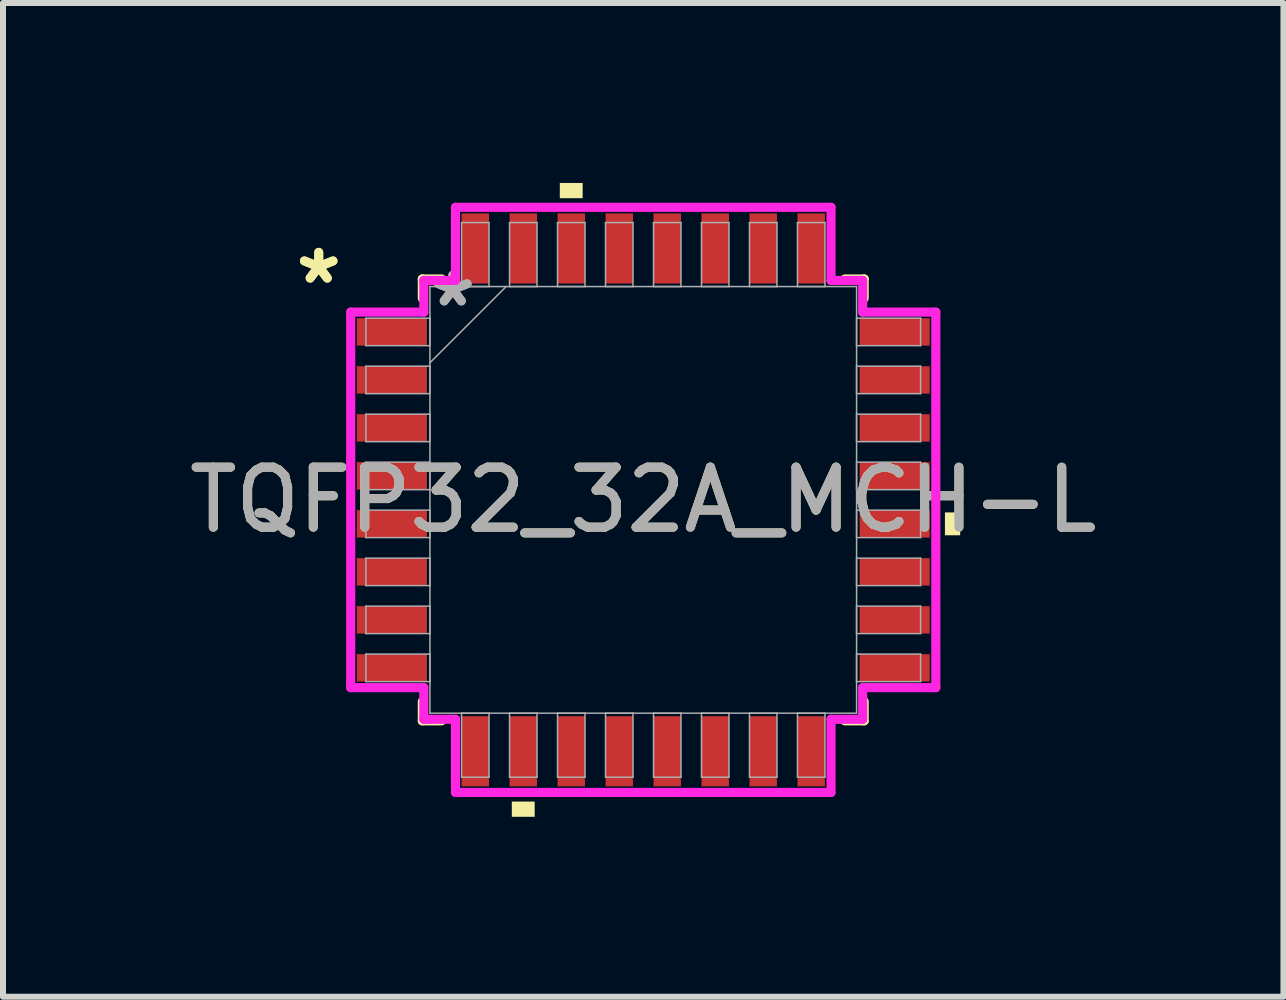
<source format=kicad_pcb>
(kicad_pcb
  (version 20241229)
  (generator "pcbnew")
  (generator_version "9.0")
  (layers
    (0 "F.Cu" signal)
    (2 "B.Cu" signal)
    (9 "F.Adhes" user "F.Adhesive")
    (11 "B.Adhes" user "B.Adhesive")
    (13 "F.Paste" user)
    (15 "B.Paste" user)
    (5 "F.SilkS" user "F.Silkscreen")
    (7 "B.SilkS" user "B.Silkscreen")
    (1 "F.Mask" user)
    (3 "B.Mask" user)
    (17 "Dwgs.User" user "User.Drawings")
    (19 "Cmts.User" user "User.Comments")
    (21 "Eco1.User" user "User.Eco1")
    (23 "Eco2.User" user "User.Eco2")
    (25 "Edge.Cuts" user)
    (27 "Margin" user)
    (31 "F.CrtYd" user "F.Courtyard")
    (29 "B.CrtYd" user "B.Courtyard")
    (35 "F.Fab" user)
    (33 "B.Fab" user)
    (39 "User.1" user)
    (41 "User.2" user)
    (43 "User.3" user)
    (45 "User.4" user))
  (footprint "TQFP32_32A_MCH-L"
    (layer "F.Cu")
    (at 7.673 5.283)
    (property "Reference" "TQFP32_32A_MCH-L" (at 0 0 0) (unlocked yes) (layer "F.SilkS") (effects (font (size 1 1) (thickness 0.15))))
    (attr smd)
    (fp_line (start -3.683 -3.683) (end -3.683 -3.361) (stroke (width 0.152) (type solid)) (layer "F.SilkS"))
    (fp_line (start -3.683 3.361) (end -3.683 3.683) (stroke (width 0.152) (type solid)) (layer "F.SilkS"))
    (fp_line (start -3.683 3.683) (end -3.361 3.683) (stroke (width 0.152) (type solid)) (layer "F.SilkS"))
    (fp_line (start -3.361 -3.683) (end -3.683 -3.683) (stroke (width 0.152) (type solid)) (layer "F.SilkS"))
    (fp_line (start 3.361 3.683) (end 3.683 3.683) (stroke (width 0.152) (type solid)) (layer "F.SilkS"))
    (fp_line (start 3.683 -3.683) (end 3.361 -3.683) (stroke (width 0.152) (type solid)) (layer "F.SilkS"))
    (fp_line (start 3.683 -3.361) (end 3.683 -3.683) (stroke (width 0.152) (type solid)) (layer "F.SilkS"))
    (fp_line (start 3.683 3.683) (end 3.683 3.361) (stroke (width 0.152) (type solid)) (layer "F.SilkS"))
    (fp_poly (pts (xy -2.191 5.029) (xy -2.191 5.283) (xy -1.81 5.283) (xy -1.81 5.029)) (stroke (width 0) (type solid)) (fill yes) (layer "F.SilkS"))
    (fp_poly (pts (xy -1.391 -5.029) (xy -1.391 -5.283) (xy -1.01 -5.283) (xy -1.01 -5.029)) (stroke (width 0) (type solid)) (fill yes) (layer "F.SilkS"))
    (fp_poly (pts (xy 5.283 0.209) (xy 5.283 0.59) (xy 5.029 0.59) (xy 5.029 0.209)) (stroke (width 0) (type solid)) (fill yes) (layer "F.SilkS"))
    (fp_line (start -4.877 -3.13) (end -3.658 -3.13) (stroke (width 0.152) (type solid)) (layer "F.CrtYd"))
    (fp_line (start -4.877 3.13) (end -4.877 -3.13) (stroke (width 0.152) (type solid)) (layer "F.CrtYd"))
    (fp_line (start -3.658 -3.658) (end -3.13 -3.658) (stroke (width 0.152) (type solid)) (layer "F.CrtYd"))
    (fp_line (start -3.658 -3.13) (end -3.658 -3.658) (stroke (width 0.152) (type solid)) (layer "F.CrtYd"))
    (fp_line (start -3.658 3.13) (end -4.877 3.13) (stroke (width 0.152) (type solid)) (layer "F.CrtYd"))
    (fp_line (start -3.658 3.658) (end -3.658 3.13) (stroke (width 0.152) (type solid)) (layer "F.CrtYd"))
    (fp_line (start -3.658 3.658) (end -3.13 3.658) (stroke (width 0.152) (type solid)) (layer "F.CrtYd"))
    (fp_line (start -3.13 -4.877) (end 3.13 -4.877) (stroke (width 0.152) (type solid)) (layer "F.CrtYd"))
    (fp_line (start -3.13 -3.658) (end -3.13 -4.877) (stroke (width 0.152) (type solid)) (layer "F.CrtYd"))
    (fp_line (start -3.13 3.658) (end -3.13 4.877) (stroke (width 0.152) (type solid)) (layer "F.CrtYd"))
    (fp_line (start -3.13 4.877) (end 3.13 4.877) (stroke (width 0.152) (type solid)) (layer "F.CrtYd"))
    (fp_line (start 3.13 -4.877) (end 3.13 -3.658) (stroke (width 0.152) (type solid)) (layer "F.CrtYd"))
    (fp_line (start 3.13 -3.658) (end 3.658 -3.658) (stroke (width 0.152) (type solid)) (layer "F.CrtYd"))
    (fp_line (start 3.13 3.658) (end 3.658 3.658) (stroke (width 0.152) (type solid)) (layer "F.CrtYd"))
    (fp_line (start 3.13 4.877) (end 3.13 3.658) (stroke (width 0.152) (type solid)) (layer "F.CrtYd"))
    (fp_line (start 3.658 -3.13) (end 3.658 -3.658) (stroke (width 0.152) (type solid)) (layer "F.CrtYd"))
    (fp_line (start 3.658 3.13) (end 4.877 3.13) (stroke (width 0.152) (type solid)) (layer "F.CrtYd"))
    (fp_line (start 3.658 3.658) (end 3.658 3.13) (stroke (width 0.152) (type solid)) (layer "F.CrtYd"))
    (fp_line (start 4.877 -3.13) (end 3.658 -3.13) (stroke (width 0.152) (type solid)) (layer "F.CrtYd"))
    (fp_line (start 4.877 3.13) (end 4.877 -3.13) (stroke (width 0.152) (type solid)) (layer "F.CrtYd"))
    (fp_line (start -4.623 -3.029) (end -4.623 -2.571) (stroke (width 0.025) (type solid)) (layer "F.Fab"))
    (fp_line (start -4.623 -2.571) (end -3.556 -2.571) (stroke (width 0.025) (type solid)) (layer "F.Fab"))
    (fp_line (start -4.623 -2.229) (end -4.623 -1.771) (stroke (width 0.025) (type solid)) (layer "F.Fab"))
    (fp_line (start -4.623 -1.771) (end -3.556 -1.771) (stroke (width 0.025) (type solid)) (layer "F.Fab"))
    (fp_line (start -4.623 -1.429) (end -4.623 -0.971) (stroke (width 0.025) (type solid)) (layer "F.Fab"))
    (fp_line (start -4.623 -0.971) (end -3.556 -0.971) (stroke (width 0.025) (type solid)) (layer "F.Fab"))
    (fp_line (start -4.623 -0.629) (end -4.623 -0.171) (stroke (width 0.025) (type solid)) (layer "F.Fab"))
    (fp_line (start -4.623 -0.171) (end -3.556 -0.171) (stroke (width 0.025) (type solid)) (layer "F.Fab"))
    (fp_line (start -4.623 0.171) (end -4.623 0.629) (stroke (width 0.025) (type solid)) (layer "F.Fab"))
    (fp_line (start -4.623 0.629) (end -3.556 0.629) (stroke (width 0.025) (type solid)) (layer "F.Fab"))
    (fp_line (start -4.623 0.971) (end -4.623 1.429) (stroke (width 0.025) (type solid)) (layer "F.Fab"))
    (fp_line (start -4.623 1.429) (end -3.556 1.429) (stroke (width 0.025) (type solid)) (layer "F.Fab"))
    (fp_line (start -4.623 1.771) (end -4.623 2.229) (stroke (width 0.025) (type solid)) (layer "F.Fab"))
    (fp_line (start -4.623 2.229) (end -3.556 2.229) (stroke (width 0.025) (type solid)) (layer "F.Fab"))
    (fp_line (start -4.623 2.571) (end -4.623 3.029) (stroke (width 0.025) (type solid)) (layer "F.Fab"))
    (fp_line (start -4.623 3.029) (end -3.556 3.029) (stroke (width 0.025) (type solid)) (layer "F.Fab"))
    (fp_line (start -3.556 -3.556) (end -3.556 3.556) (stroke (width 0.025) (type solid)) (layer "F.Fab"))
    (fp_line (start -3.556 -3.029) (end -4.623 -3.029) (stroke (width 0.025) (type solid)) (layer "F.Fab"))
    (fp_line (start -3.556 -2.571) (end -3.556 -3.029) (stroke (width 0.025) (type solid)) (layer "F.Fab"))
    (fp_line (start -3.556 -2.286) (end -2.286 -3.556) (stroke (width 0.025) (type solid)) (layer "F.Fab"))
    (fp_line (start -3.556 -2.229) (end -4.623 -2.229) (stroke (width 0.025) (type solid)) (layer "F.Fab"))
    (fp_line (start -3.556 -1.771) (end -3.556 -2.229) (stroke (width 0.025) (type solid)) (layer "F.Fab"))
    (fp_line (start -3.556 -1.429) (end -4.623 -1.429) (stroke (width 0.025) (type solid)) (layer "F.Fab"))
    (fp_line (start -3.556 -0.971) (end -3.556 -1.429) (stroke (width 0.025) (type solid)) (layer "F.Fab"))
    (fp_line (start -3.556 -0.629) (end -4.623 -0.629) (stroke (width 0.025) (type solid)) (layer "F.Fab"))
    (fp_line (start -3.556 -0.171) (end -3.556 -0.629) (stroke (width 0.025) (type solid)) (layer "F.Fab"))
    (fp_line (start -3.556 0.171) (end -4.623 0.171) (stroke (width 0.025) (type solid)) (layer "F.Fab"))
    (fp_line (start -3.556 0.629) (end -3.556 0.171) (stroke (width 0.025) (type solid)) (layer "F.Fab"))
    (fp_line (start -3.556 0.971) (end -4.623 0.971) (stroke (width 0.025) (type solid)) (layer "F.Fab"))
    (fp_line (start -3.556 1.429) (end -3.556 0.971) (stroke (width 0.025) (type solid)) (layer "F.Fab"))
    (fp_line (start -3.556 1.771) (end -4.623 1.771) (stroke (width 0.025) (type solid)) (layer "F.Fab"))
    (fp_line (start -3.556 2.229) (end -3.556 1.771) (stroke (width 0.025) (type solid)) (layer "F.Fab"))
    (fp_line (start -3.556 2.571) (end -4.623 2.571) (stroke (width 0.025) (type solid)) (layer "F.Fab"))
    (fp_line (start -3.556 3.029) (end -3.556 2.571) (stroke (width 0.025) (type solid)) (layer "F.Fab"))
    (fp_line (start -3.556 3.556) (end 3.556 3.556) (stroke (width 0.025) (type solid)) (layer "F.Fab"))
    (fp_line (start -3.029 -4.623) (end -3.029 -3.556) (stroke (width 0.025) (type solid)) (layer "F.Fab"))
    (fp_line (start -3.029 -3.556) (end -2.571 -3.556) (stroke (width 0.025) (type solid)) (layer "F.Fab"))
    (fp_line (start -3.029 3.556) (end -3.029 4.623) (stroke (width 0.025) (type solid)) (layer "F.Fab"))
    (fp_line (start -3.029 4.623) (end -2.571 4.623) (stroke (width 0.025) (type solid)) (layer "F.Fab"))
    (fp_line (start -2.571 -4.623) (end -3.029 -4.623) (stroke (width 0.025) (type solid)) (layer "F.Fab"))
    (fp_line (start -2.571 -3.556) (end -2.571 -4.623) (stroke (width 0.025) (type solid)) (layer "F.Fab"))
    (fp_line (start -2.571 3.556) (end -3.029 3.556) (stroke (width 0.025) (type solid)) (layer "F.Fab"))
    (fp_line (start -2.571 4.623) (end -2.571 3.556) (stroke (width 0.025) (type solid)) (layer "F.Fab"))
    (fp_line (start -2.229 -4.623) (end -2.229 -3.556) (stroke (width 0.025) (type solid)) (layer "F.Fab"))
    (fp_line (start -2.229 -3.556) (end -1.771 -3.556) (stroke (width 0.025) (type solid)) (layer "F.Fab"))
    (fp_line (start -2.229 3.556) (end -2.229 4.623) (stroke (width 0.025) (type solid)) (layer "F.Fab"))
    (fp_line (start -2.229 4.623) (end -1.771 4.623) (stroke (width 0.025) (type solid)) (layer "F.Fab"))
    (fp_line (start -1.771 -4.623) (end -2.229 -4.623) (stroke (width 0.025) (type solid)) (layer "F.Fab"))
    (fp_line (start -1.771 -3.556) (end -1.771 -4.623) (stroke (width 0.025) (type solid)) (layer "F.Fab"))
    (fp_line (start -1.771 3.556) (end -2.229 3.556) (stroke (width 0.025) (type solid)) (layer "F.Fab"))
    (fp_line (start -1.771 4.623) (end -1.771 3.556) (stroke (width 0.025) (type solid)) (layer "F.Fab"))
    (fp_line (start -1.429 -4.623) (end -1.429 -3.556) (stroke (width 0.025) (type solid)) (layer "F.Fab"))
    (fp_line (start -1.429 -3.556) (end -0.971 -3.556) (stroke (width 0.025) (type solid)) (layer "F.Fab"))
    (fp_line (start -1.429 3.556) (end -1.429 4.623) (stroke (width 0.025) (type solid)) (layer "F.Fab"))
    (fp_line (start -1.429 4.623) (end -0.971 4.623) (stroke (width 0.025) (type solid)) (layer "F.Fab"))
    (fp_line (start -0.971 -4.623) (end -1.429 -4.623) (stroke (width 0.025) (type solid)) (layer "F.Fab"))
    (fp_line (start -0.971 -3.556) (end -0.971 -4.623) (stroke (width 0.025) (type solid)) (layer "F.Fab"))
    (fp_line (start -0.971 3.556) (end -1.429 3.556) (stroke (width 0.025) (type solid)) (layer "F.Fab"))
    (fp_line (start -0.971 4.623) (end -0.971 3.556) (stroke (width 0.025) (type solid)) (layer "F.Fab"))
    (fp_line (start -0.629 -4.623) (end -0.629 -3.556) (stroke (width 0.025) (type solid)) (layer "F.Fab"))
    (fp_line (start -0.629 -3.556) (end -0.171 -3.556) (stroke (width 0.025) (type solid)) (layer "F.Fab"))
    (fp_line (start -0.629 3.556) (end -0.629 4.623) (stroke (width 0.025) (type solid)) (layer "F.Fab"))
    (fp_line (start -0.629 4.623) (end -0.171 4.623) (stroke (width 0.025) (type solid)) (layer "F.Fab"))
    (fp_line (start -0.171 -4.623) (end -0.629 -4.623) (stroke (width 0.025) (type solid)) (layer "F.Fab"))
    (fp_line (start -0.171 -3.556) (end -0.171 -4.623) (stroke (width 0.025) (type solid)) (layer "F.Fab"))
    (fp_line (start -0.171 3.556) (end -0.629 3.556) (stroke (width 0.025) (type solid)) (layer "F.Fab"))
    (fp_line (start -0.171 4.623) (end -0.171 3.556) (stroke (width 0.025) (type solid)) (layer "F.Fab"))
    (fp_line (start 0.171 -4.623) (end 0.171 -3.556) (stroke (width 0.025) (type solid)) (layer "F.Fab"))
    (fp_line (start 0.171 -3.556) (end 0.629 -3.556) (stroke (width 0.025) (type solid)) (layer "F.Fab"))
    (fp_line (start 0.171 3.556) (end 0.171 4.623) (stroke (width 0.025) (type solid)) (layer "F.Fab"))
    (fp_line (start 0.171 4.623) (end 0.629 4.623) (stroke (width 0.025) (type solid)) (layer "F.Fab"))
    (fp_line (start 0.629 -4.623) (end 0.171 -4.623) (stroke (width 0.025) (type solid)) (layer "F.Fab"))
    (fp_line (start 0.629 -3.556) (end 0.629 -4.623) (stroke (width 0.025) (type solid)) (layer "F.Fab"))
    (fp_line (start 0.629 3.556) (end 0.171 3.556) (stroke (width 0.025) (type solid)) (layer "F.Fab"))
    (fp_line (start 0.629 4.623) (end 0.629 3.556) (stroke (width 0.025) (type solid)) (layer "F.Fab"))
    (fp_line (start 0.971 -4.623) (end 0.971 -3.556) (stroke (width 0.025) (type solid)) (layer "F.Fab"))
    (fp_line (start 0.971 -3.556) (end 1.429 -3.556) (stroke (width 0.025) (type solid)) (layer "F.Fab"))
    (fp_line (start 0.971 3.556) (end 0.971 4.623) (stroke (width 0.025) (type solid)) (layer "F.Fab"))
    (fp_line (start 0.971 4.623) (end 1.429 4.623) (stroke (width 0.025) (type solid)) (layer "F.Fab"))
    (fp_line (start 1.429 -4.623) (end 0.971 -4.623) (stroke (width 0.025) (type solid)) (layer "F.Fab"))
    (fp_line (start 1.429 -3.556) (end 1.429 -4.623) (stroke (width 0.025) (type solid)) (layer "F.Fab"))
    (fp_line (start 1.429 3.556) (end 0.971 3.556) (stroke (width 0.025) (type solid)) (layer "F.Fab"))
    (fp_line (start 1.429 4.623) (end 1.429 3.556) (stroke (width 0.025) (type solid)) (layer "F.Fab"))
    (fp_line (start 1.771 -4.623) (end 1.771 -3.556) (stroke (width 0.025) (type solid)) (layer "F.Fab"))
    (fp_line (start 1.771 -3.556) (end 2.229 -3.556) (stroke (width 0.025) (type solid)) (layer "F.Fab"))
    (fp_line (start 1.771 3.556) (end 1.771 4.623) (stroke (width 0.025) (type solid)) (layer "F.Fab"))
    (fp_line (start 1.771 4.623) (end 2.229 4.623) (stroke (width 0.025) (type solid)) (layer "F.Fab"))
    (fp_line (start 2.229 -4.623) (end 1.771 -4.623) (stroke (width 0.025) (type solid)) (layer "F.Fab"))
    (fp_line (start 2.229 -3.556) (end 2.229 -4.623) (stroke (width 0.025) (type solid)) (layer "F.Fab"))
    (fp_line (start 2.229 3.556) (end 1.771 3.556) (stroke (width 0.025) (type solid)) (layer "F.Fab"))
    (fp_line (start 2.229 4.623) (end 2.229 3.556) (stroke (width 0.025) (type solid)) (layer "F.Fab"))
    (fp_line (start 2.571 -4.623) (end 2.571 -3.556) (stroke (width 0.025) (type solid)) (layer "F.Fab"))
    (fp_line (start 2.571 -3.556) (end 3.029 -3.556) (stroke (width 0.025) (type solid)) (layer "F.Fab"))
    (fp_line (start 2.571 3.556) (end 2.571 4.623) (stroke (width 0.025) (type solid)) (layer "F.Fab"))
    (fp_line (start 2.571 4.623) (end 3.029 4.623) (stroke (width 0.025) (type solid)) (layer "F.Fab"))
    (fp_line (start 3.029 -4.623) (end 2.571 -4.623) (stroke (width 0.025) (type solid)) (layer "F.Fab"))
    (fp_line (start 3.029 -3.556) (end 3.029 -4.623) (stroke (width 0.025) (type solid)) (layer "F.Fab"))
    (fp_line (start 3.029 3.556) (end 2.571 3.556) (stroke (width 0.025) (type solid)) (layer "F.Fab"))
    (fp_line (start 3.029 4.623) (end 3.029 3.556) (stroke (width 0.025) (type solid)) (layer "F.Fab"))
    (fp_line (start 3.556 -3.556) (end -3.556 -3.556) (stroke (width 0.025) (type solid)) (layer "F.Fab"))
    (fp_line (start 3.556 -3.029) (end 3.556 -2.571) (stroke (width 0.025) (type solid)) (layer "F.Fab"))
    (fp_line (start 3.556 -2.571) (end 4.623 -2.571) (stroke (width 0.025) (type solid)) (layer "F.Fab"))
    (fp_line (start 3.556 -2.229) (end 3.556 -1.771) (stroke (width 0.025) (type solid)) (layer "F.Fab"))
    (fp_line (start 3.556 -1.771) (end 4.623 -1.771) (stroke (width 0.025) (type solid)) (layer "F.Fab"))
    (fp_line (start 3.556 -1.429) (end 3.556 -0.971) (stroke (width 0.025) (type solid)) (layer "F.Fab"))
    (fp_line (start 3.556 -0.971) (end 4.623 -0.971) (stroke (width 0.025) (type solid)) (layer "F.Fab"))
    (fp_line (start 3.556 -0.629) (end 3.556 -0.171) (stroke (width 0.025) (type solid)) (layer "F.Fab"))
    (fp_line (start 3.556 -0.171) (end 4.623 -0.171) (stroke (width 0.025) (type solid)) (layer "F.Fab"))
    (fp_line (start 3.556 0.171) (end 3.556 0.629) (stroke (width 0.025) (type solid)) (layer "F.Fab"))
    (fp_line (start 3.556 0.629) (end 4.623 0.629) (stroke (width 0.025) (type solid)) (layer "F.Fab"))
    (fp_line (start 3.556 0.971) (end 3.556 1.429) (stroke (width 0.025) (type solid)) (layer "F.Fab"))
    (fp_line (start 3.556 1.429) (end 4.623 1.429) (stroke (width 0.025) (type solid)) (layer "F.Fab"))
    (fp_line (start 3.556 1.771) (end 3.556 2.229) (stroke (width 0.025) (type solid)) (layer "F.Fab"))
    (fp_line (start 3.556 2.229) (end 4.623 2.229) (stroke (width 0.025) (type solid)) (layer "F.Fab"))
    (fp_line (start 3.556 2.571) (end 3.556 3.029) (stroke (width 0.025) (type solid)) (layer "F.Fab"))
    (fp_line (start 3.556 3.029) (end 4.623 3.029) (stroke (width 0.025) (type solid)) (layer "F.Fab"))
    (fp_line (start 3.556 3.556) (end 3.556 -3.556) (stroke (width 0.025) (type solid)) (layer "F.Fab"))
    (fp_line (start 4.623 -3.029) (end 3.556 -3.029) (stroke (width 0.025) (type solid)) (layer "F.Fab"))
    (fp_line (start 4.623 -2.571) (end 4.623 -3.029) (stroke (width 0.025) (type solid)) (layer "F.Fab"))
    (fp_line (start 4.623 -2.229) (end 3.556 -2.229) (stroke (width 0.025) (type solid)) (layer "F.Fab"))
    (fp_line (start 4.623 -1.771) (end 4.623 -2.229) (stroke (width 0.025) (type solid)) (layer "F.Fab"))
    (fp_line (start 4.623 -1.429) (end 3.556 -1.429) (stroke (width 0.025) (type solid)) (layer "F.Fab"))
    (fp_line (start 4.623 -0.971) (end 4.623 -1.429) (stroke (width 0.025) (type solid)) (layer "F.Fab"))
    (fp_line (start 4.623 -0.629) (end 3.556 -0.629) (stroke (width 0.025) (type solid)) (layer "F.Fab"))
    (fp_line (start 4.623 -0.171) (end 4.623 -0.629) (stroke (width 0.025) (type solid)) (layer "F.Fab"))
    (fp_line (start 4.623 0.171) (end 3.556 0.171) (stroke (width 0.025) (type solid)) (layer "F.Fab"))
    (fp_line (start 4.623 0.629) (end 4.623 0.171) (stroke (width 0.025) (type solid)) (layer "F.Fab"))
    (fp_line (start 4.623 0.971) (end 3.556 0.971) (stroke (width 0.025) (type solid)) (layer "F.Fab"))
    (fp_line (start 4.623 1.429) (end 4.623 0.971) (stroke (width 0.025) (type solid)) (layer "F.Fab"))
    (fp_line (start 4.623 1.771) (end 3.556 1.771) (stroke (width 0.025) (type solid)) (layer "F.Fab"))
    (fp_line (start 4.623 2.229) (end 4.623 1.771) (stroke (width 0.025) (type solid)) (layer "F.Fab"))
    (fp_line (start 4.623 2.571) (end 3.556 2.571) (stroke (width 0.025) (type solid)) (layer "F.Fab"))
    (fp_line (start 4.623 3.029) (end 4.623 2.571) (stroke (width 0.025) (type solid)) (layer "F.Fab"))
    (fp_text user "*" (at -5.41 -3.581 0) (unlocked yes) (layer "F.SilkS") (effects (font (size 1 1) (thickness 0.15))))
    (fp_text user "*" (at -5.41 -3.581 0) (layer "F.SilkS") (effects (font (size 1 1) (thickness 0.15))))
    (fp_text user "*" (at -3.175 -3.2 0) (unlocked yes) (layer "F.Fab") (effects (font (size 1 1) (thickness 0.15))))
    (fp_text user "*" (at -3.175 -3.2 0) (layer "F.Fab") (effects (font (size 1 1) (thickness 0.15))))
    (fp_text user "${REFERENCE}" (at 0 0 0) (unlocked yes) (layer "F.Fab") (effects (font (size 1 1) (thickness 0.15))))
    (pad "1" smd rect (at -4.191 -2.8 90) (size 0.457 1.168) (layers "F.Cu" "F.Mask" "F.Paste"))
    (pad "2" smd rect (at -4.191 -2 90) (size 0.457 1.168) (layers "F.Cu" "F.Mask" "F.Paste"))
    (pad "3" smd rect (at -4.191 -1.2 90) (size 0.457 1.168) (layers "F.Cu" "F.Mask" "F.Paste"))
    (pad "4" smd rect (at -4.191 -0.4 90) (size 0.457 1.168) (layers "F.Cu" "F.Mask" "F.Paste"))
    (pad "5" smd rect (at -4.191 0.4 90) (size 0.457 1.168) (layers "F.Cu" "F.Mask" "F.Paste"))
    (pad "6" smd rect (at -4.191 1.2 90) (size 0.457 1.168) (layers "F.Cu" "F.Mask" "F.Paste"))
    (pad "7" smd rect (at -4.191 2 90) (size 0.457 1.168) (layers "F.Cu" "F.Mask" "F.Paste"))
    (pad "8" smd rect (at -4.191 2.8 90) (size 0.457 1.168) (layers "F.Cu" "F.Mask" "F.Paste"))
    (pad "9" smd rect (at -2.8 4.191) (size 0.457 1.168) (layers "F.Cu" "F.Mask" "F.Paste"))
    (pad "10" smd rect (at -2 4.191) (size 0.457 1.168) (layers "F.Cu" "F.Mask" "F.Paste"))
    (pad "11" smd rect (at -1.2 4.191) (size 0.457 1.168) (layers "F.Cu" "F.Mask" "F.Paste"))
    (pad "12" smd rect (at -0.4 4.191) (size 0.457 1.168) (layers "F.Cu" "F.Mask" "F.Paste"))
    (pad "13" smd rect (at 0.4 4.191) (size 0.457 1.168) (layers "F.Cu" "F.Mask" "F.Paste"))
    (pad "14" smd rect (at 1.2 4.191) (size 0.457 1.168) (layers "F.Cu" "F.Mask" "F.Paste"))
    (pad "15" smd rect (at 2 4.191) (size 0.457 1.168) (layers "F.Cu" "F.Mask" "F.Paste"))
    (pad "16" smd rect (at 2.8 4.191) (size 0.457 1.168) (layers "F.Cu" "F.Mask" "F.Paste"))
    (pad "17" smd rect (at 4.191 2.8 90) (size 0.457 1.168) (layers "F.Cu" "F.Mask" "F.Paste"))
    (pad "18" smd rect (at 4.191 2 90) (size 0.457 1.168) (layers "F.Cu" "F.Mask" "F.Paste"))
    (pad "19" smd rect (at 4.191 1.2 90) (size 0.457 1.168) (layers "F.Cu" "F.Mask" "F.Paste"))
    (pad "20" smd rect (at 4.191 0.4 90) (size 0.457 1.168) (layers "F.Cu" "F.Mask" "F.Paste"))
    (pad "21" smd rect (at 4.191 -0.4 90) (size 0.457 1.168) (layers "F.Cu" "F.Mask" "F.Paste"))
    (pad "22" smd rect (at 4.191 -1.2 90) (size 0.457 1.168) (layers "F.Cu" "F.Mask" "F.Paste"))
    (pad "23" smd rect (at 4.191 -2 90) (size 0.457 1.168) (layers "F.Cu" "F.Mask" "F.Paste"))
    (pad "24" smd rect (at 4.191 -2.8 90) (size 0.457 1.168) (layers "F.Cu" "F.Mask" "F.Paste"))
    (pad "25" smd rect (at 2.8 -4.191) (size 0.457 1.168) (layers "F.Cu" "F.Mask" "F.Paste"))
    (pad "26" smd rect (at 2 -4.191) (size 0.457 1.168) (layers "F.Cu" "F.Mask" "F.Paste"))
    (pad "27" smd rect (at 1.2 -4.191) (size 0.457 1.168) (layers "F.Cu" "F.Mask" "F.Paste"))
    (pad "28" smd rect (at 0.4 -4.191) (size 0.457 1.168) (layers "F.Cu" "F.Mask" "F.Paste"))
    (pad "29" smd rect (at -0.4 -4.191) (size 0.457 1.168) (layers "F.Cu" "F.Mask" "F.Paste"))
    (pad "30" smd rect (at -1.2 -4.191) (size 0.457 1.168) (layers "F.Cu" "F.Mask" "F.Paste"))
    (pad "31" smd rect (at -2 -4.191) (size 0.457 1.168) (layers "F.Cu" "F.Mask" "F.Paste"))
    (pad "32" smd rect (at -2.8 -4.191) (size 0.457 1.168) (layers "F.Cu" "F.Mask" "F.Paste")))
  (gr_rect
    (start -3 -3)
    (end 18.345 13.566)
    (stroke (width 0.1) (type default))
    (fill no)
    (layer "Edge.Cuts")))
</source>
